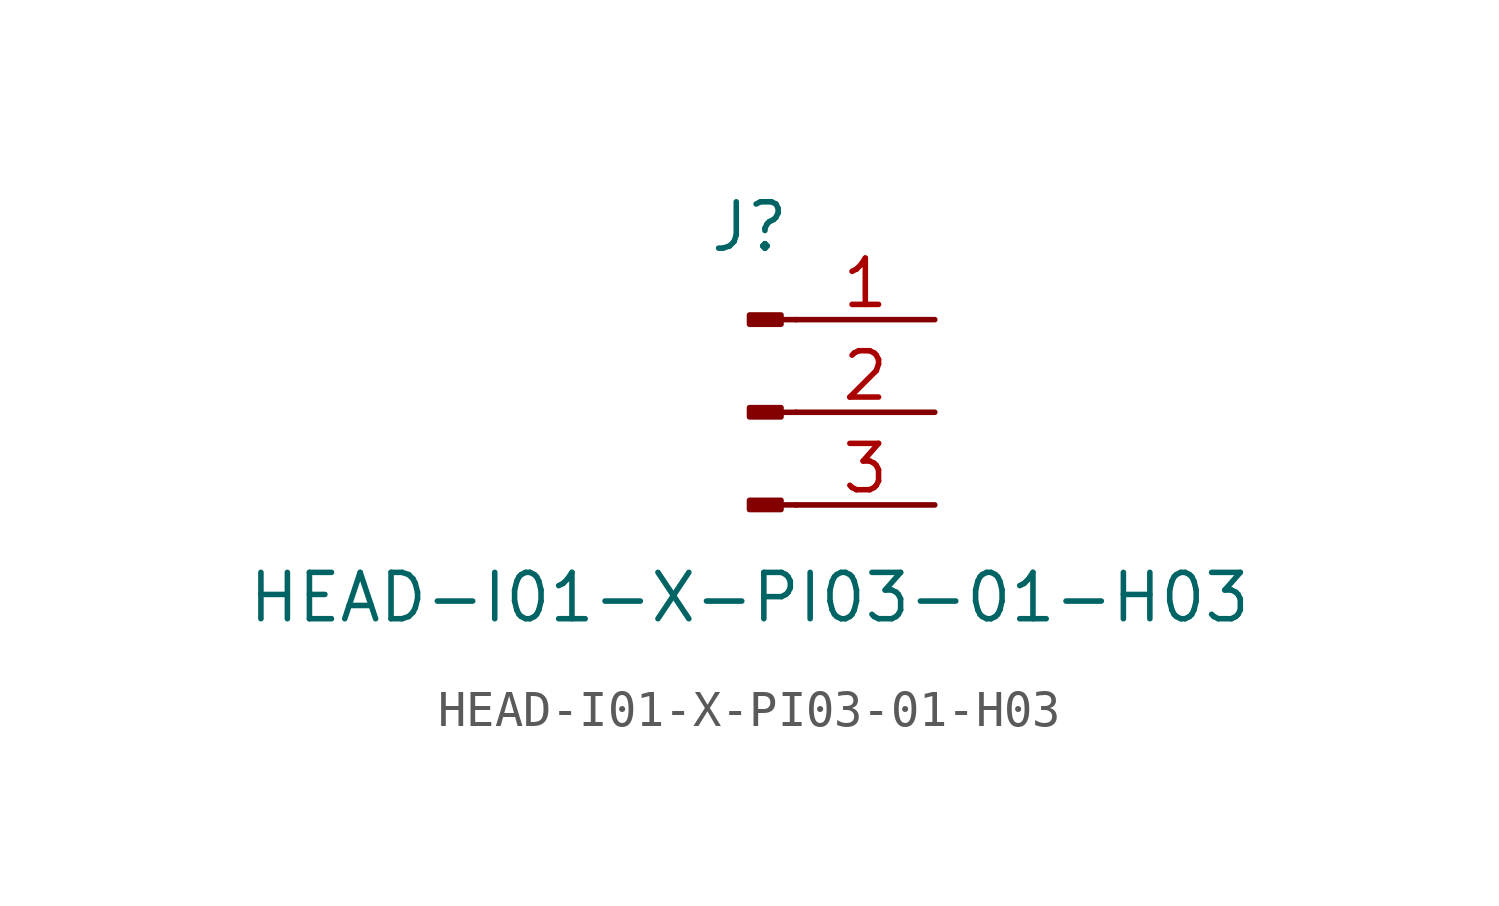
<source format=kicad_sym>
(kicad_symbol_lib
  (version 20211014)
  (generator kicad_symbol_editor)
  (symbol "HEAD-I01-X-PI03-01-H03"
    (pin_names
      (offset 1.016) hide)
    (property "Reference" "J"
      (at 0 5.08 0)
      (effects (font (size 1.27 1.27))))
    (property "Value" "HEAD-I01-X-PI03-01-H03"
      (at 0 -5.08 0)
      (effects (font (size 1.27 1.27))))
    (symbol "HEAD-I01-X-PI03-01-H03_1_1"
      (polyline (pts (xy 1.27 -2.54) (xy 0.864 -2.54)) (stroke (width 0.152) (type default) (color 0 0 0 0)) (fill (type none)))
      (polyline (pts (xy 1.27 0) (xy 0.864 0)) (stroke (width 0.152) (type default) (color 0 0 0 0)) (fill (type none)))
      (polyline (pts (xy 1.27 2.54) (xy 0.864 2.54)) (stroke (width 0.152) (type default) (color 0 0 0 0)) (fill (type none)))
      (rectangle (start 0.864 -2.413) (end 0 -2.667) (stroke (width 0.152) (type default) (color 0 0 0 0)) (fill (type outline)))
      (rectangle (start 0.864 0.127) (end 0 -0.127) (stroke (width 0.152) (type default) (color 0 0 0 0)) (fill (type outline)))
      (rectangle (start 0.864 2.667) (end 0 2.413) (stroke (width 0.152) (type default) (color 0 0 0 0)) (fill (type outline)))
      (pin passive line (at 5.08 2.54 180) (length 3.81) (name "Pin_1" (effects (font (size 1.27 1.27)))) (number "1" (effects (font (size 1.27 1.27)))))
      (pin passive line (at 5.08 0 180) (length 3.81) (name "Pin_2" (effects (font (size 1.27 1.27)))) (number "2" (effects (font (size 1.27 1.27)))))
      (pin passive line (at 5.08 -2.54 180) (length 3.81) (name "Pin_3" (effects (font (size 1.27 1.27)))) (number "3" (effects (font (size 1.27 1.27))))))))
</source>
